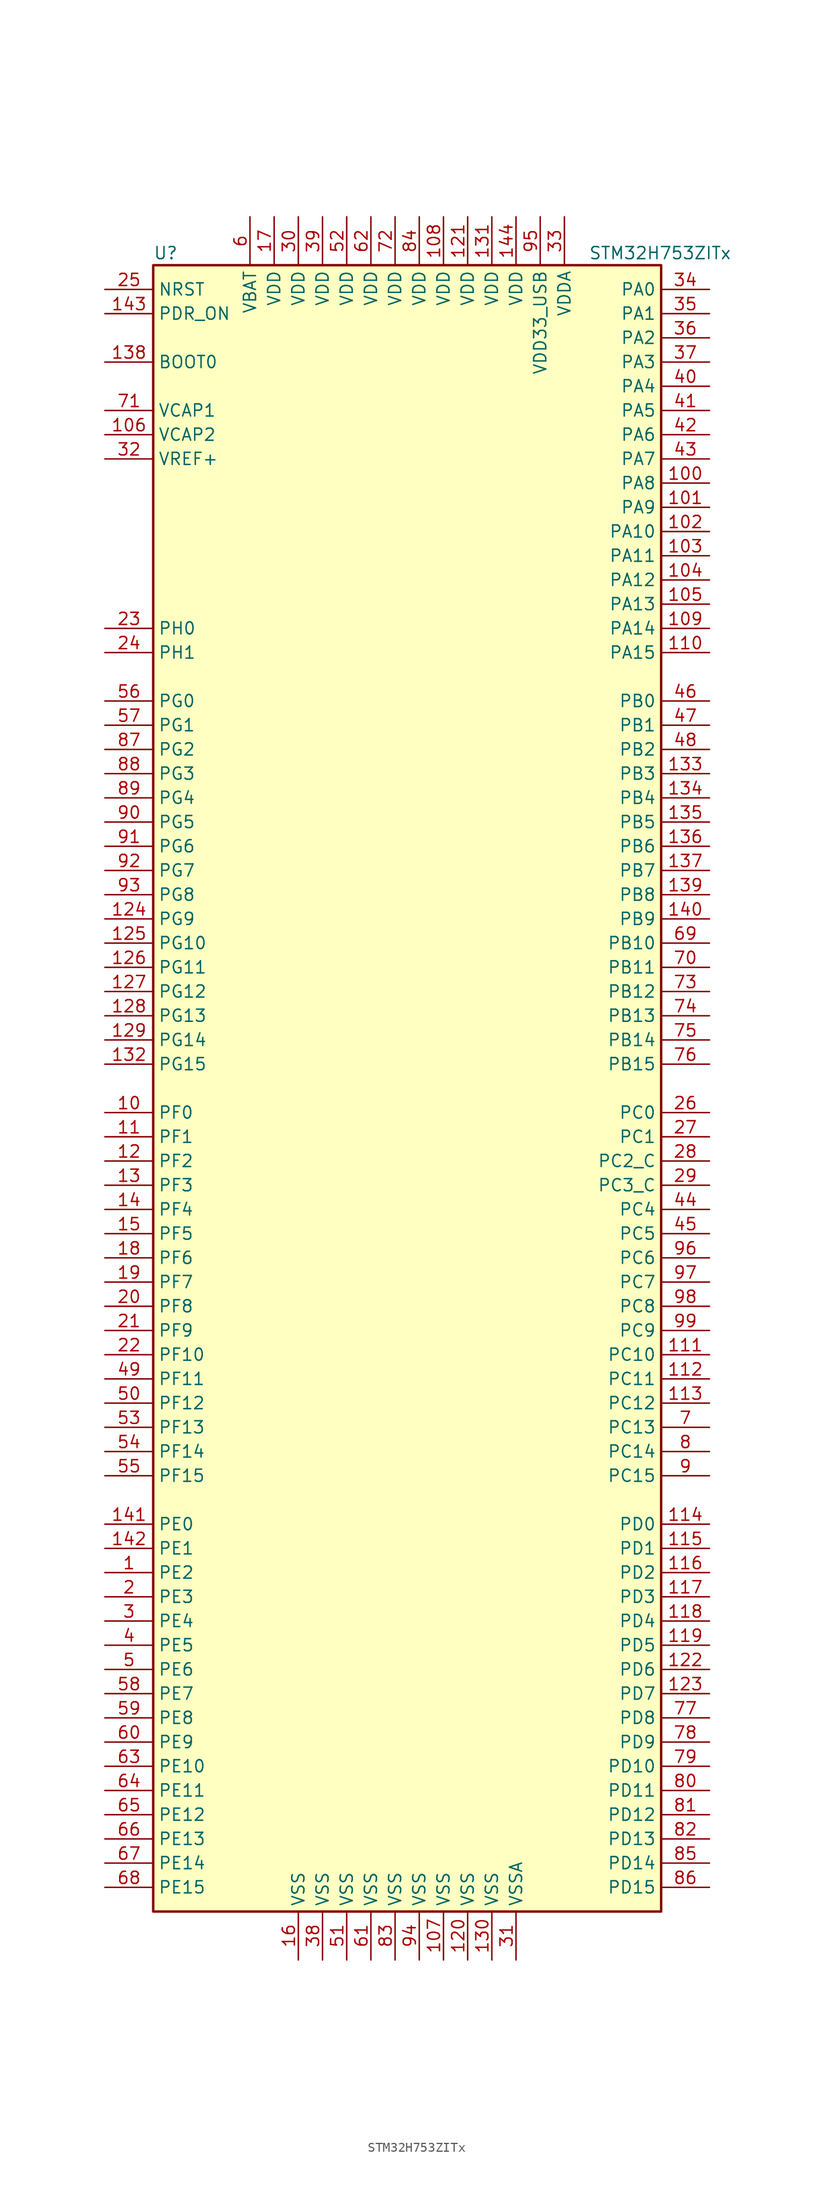
<source format=kicad_sym>
(kicad_symbol_lib
  (version 20211014)
  (generator kicad_symbol_editor)
  (symbol "STM32H753ZITx"
    (property "Reference" "U"
      (at -27.94 87.63 0)
      (effects (font (size 1.27 1.27)) (justify left)))
    (property "Value" "STM32H753ZITx"
      (at 17.78 87.63 0)
      (effects (font (size 1.27 1.27)) (justify left)))
    (symbol "STM32H753ZITx_0_1"
      (rectangle (start -27.94 -86.36) (end 25.4 86.36) (stroke (width 0.254) (type default) (color 0 0 0 0)) (fill (type background))))
    (symbol "STM32H753ZITx_1_1"
      (pin bidirectional line (at -33.02 -50.8 0) (length 5.08) (name "PE2" (effects (font (size 1.27 1.27)))) (number "1" (effects (font (size 1.27 1.27)))))
      (pin bidirectional line (at -33.02 -2.54 0) (length 5.08) (name "PF0" (effects (font (size 1.27 1.27)))) (number "10" (effects (font (size 1.27 1.27)))))
      (pin bidirectional line (at 30.48 63.5 180) (length 5.08) (name "PA8" (effects (font (size 1.27 1.27)))) (number "100" (effects (font (size 1.27 1.27)))))
      (pin bidirectional line (at 30.48 60.96 180) (length 5.08) (name "PA9" (effects (font (size 1.27 1.27)))) (number "101" (effects (font (size 1.27 1.27)))))
      (pin bidirectional line (at 30.48 58.42 180) (length 5.08) (name "PA10" (effects (font (size 1.27 1.27)))) (number "102" (effects (font (size 1.27 1.27)))))
      (pin bidirectional line (at 30.48 55.88 180) (length 5.08) (name "PA11" (effects (font (size 1.27 1.27)))) (number "103" (effects (font (size 1.27 1.27)))))
      (pin bidirectional line (at 30.48 53.34 180) (length 5.08) (name "PA12" (effects (font (size 1.27 1.27)))) (number "104" (effects (font (size 1.27 1.27)))))
      (pin bidirectional line (at 30.48 50.8 180) (length 5.08) (name "PA13" (effects (font (size 1.27 1.27)))) (number "105" (effects (font (size 1.27 1.27)))))
      (pin power_in line (at -33.02 68.58 0) (length 5.08) (name "VCAP2" (effects (font (size 1.27 1.27)))) (number "106" (effects (font (size 1.27 1.27)))))
      (pin power_in line (at 2.54 -91.44 90) (length 5.08) (name "VSS" (effects (font (size 1.27 1.27)))) (number "107" (effects (font (size 1.27 1.27)))))
      (pin power_in line (at 2.54 91.44 270) (length 5.08) (name "VDD" (effects (font (size 1.27 1.27)))) (number "108" (effects (font (size 1.27 1.27)))))
      (pin bidirectional line (at 30.48 48.26 180) (length 5.08) (name "PA14" (effects (font (size 1.27 1.27)))) (number "109" (effects (font (size 1.27 1.27)))))
      (pin bidirectional line (at -33.02 -5.08 0) (length 5.08) (name "PF1" (effects (font (size 1.27 1.27)))) (number "11" (effects (font (size 1.27 1.27)))))
      (pin bidirectional line (at 30.48 45.72 180) (length 5.08) (name "PA15" (effects (font (size 1.27 1.27)))) (number "110" (effects (font (size 1.27 1.27)))))
      (pin bidirectional line (at 30.48 -27.94 180) (length 5.08) (name "PC10" (effects (font (size 1.27 1.27)))) (number "111" (effects (font (size 1.27 1.27)))))
      (pin bidirectional line (at 30.48 -30.48 180) (length 5.08) (name "PC11" (effects (font (size 1.27 1.27)))) (number "112" (effects (font (size 1.27 1.27)))))
      (pin bidirectional line (at 30.48 -33.02 180) (length 5.08) (name "PC12" (effects (font (size 1.27 1.27)))) (number "113" (effects (font (size 1.27 1.27)))))
      (pin bidirectional line (at 30.48 -45.72 180) (length 5.08) (name "PD0" (effects (font (size 1.27 1.27)))) (number "114" (effects (font (size 1.27 1.27)))))
      (pin bidirectional line (at 30.48 -48.26 180) (length 5.08) (name "PD1" (effects (font (size 1.27 1.27)))) (number "115" (effects (font (size 1.27 1.27)))))
      (pin bidirectional line (at 30.48 -50.8 180) (length 5.08) (name "PD2" (effects (font (size 1.27 1.27)))) (number "116" (effects (font (size 1.27 1.27)))))
      (pin bidirectional line (at 30.48 -53.34 180) (length 5.08) (name "PD3" (effects (font (size 1.27 1.27)))) (number "117" (effects (font (size 1.27 1.27)))))
      (pin bidirectional line (at 30.48 -55.88 180) (length 5.08) (name "PD4" (effects (font (size 1.27 1.27)))) (number "118" (effects (font (size 1.27 1.27)))))
      (pin bidirectional line (at 30.48 -58.42 180) (length 5.08) (name "PD5" (effects (font (size 1.27 1.27)))) (number "119" (effects (font (size 1.27 1.27)))))
      (pin bidirectional line (at -33.02 -7.62 0) (length 5.08) (name "PF2" (effects (font (size 1.27 1.27)))) (number "12" (effects (font (size 1.27 1.27)))))
      (pin power_in line (at 5.08 -91.44 90) (length 5.08) (name "VSS" (effects (font (size 1.27 1.27)))) (number "120" (effects (font (size 1.27 1.27)))))
      (pin power_in line (at 5.08 91.44 270) (length 5.08) (name "VDD" (effects (font (size 1.27 1.27)))) (number "121" (effects (font (size 1.27 1.27)))))
      (pin bidirectional line (at 30.48 -60.96 180) (length 5.08) (name "PD6" (effects (font (size 1.27 1.27)))) (number "122" (effects (font (size 1.27 1.27)))))
      (pin bidirectional line (at 30.48 -63.5 180) (length 5.08) (name "PD7" (effects (font (size 1.27 1.27)))) (number "123" (effects (font (size 1.27 1.27)))))
      (pin bidirectional line (at -33.02 17.78 0) (length 5.08) (name "PG9" (effects (font (size 1.27 1.27)))) (number "124" (effects (font (size 1.27 1.27)))))
      (pin bidirectional line (at -33.02 15.24 0) (length 5.08) (name "PG10" (effects (font (size 1.27 1.27)))) (number "125" (effects (font (size 1.27 1.27)))))
      (pin bidirectional line (at -33.02 12.7 0) (length 5.08) (name "PG11" (effects (font (size 1.27 1.27)))) (number "126" (effects (font (size 1.27 1.27)))))
      (pin bidirectional line (at -33.02 10.16 0) (length 5.08) (name "PG12" (effects (font (size 1.27 1.27)))) (number "127" (effects (font (size 1.27 1.27)))))
      (pin bidirectional line (at -33.02 7.62 0) (length 5.08) (name "PG13" (effects (font (size 1.27 1.27)))) (number "128" (effects (font (size 1.27 1.27)))))
      (pin bidirectional line (at -33.02 5.08 0) (length 5.08) (name "PG14" (effects (font (size 1.27 1.27)))) (number "129" (effects (font (size 1.27 1.27)))))
      (pin bidirectional line (at -33.02 -10.16 0) (length 5.08) (name "PF3" (effects (font (size 1.27 1.27)))) (number "13" (effects (font (size 1.27 1.27)))))
      (pin power_in line (at 7.62 -91.44 90) (length 5.08) (name "VSS" (effects (font (size 1.27 1.27)))) (number "130" (effects (font (size 1.27 1.27)))))
      (pin power_in line (at 7.62 91.44 270) (length 5.08) (name "VDD" (effects (font (size 1.27 1.27)))) (number "131" (effects (font (size 1.27 1.27)))))
      (pin bidirectional line (at -33.02 2.54 0) (length 5.08) (name "PG15" (effects (font (size 1.27 1.27)))) (number "132" (effects (font (size 1.27 1.27)))))
      (pin bidirectional line (at 30.48 33.02 180) (length 5.08) (name "PB3" (effects (font (size 1.27 1.27)))) (number "133" (effects (font (size 1.27 1.27)))))
      (pin bidirectional line (at 30.48 30.48 180) (length 5.08) (name "PB4" (effects (font (size 1.27 1.27)))) (number "134" (effects (font (size 1.27 1.27)))))
      (pin bidirectional line (at 30.48 27.94 180) (length 5.08) (name "PB5" (effects (font (size 1.27 1.27)))) (number "135" (effects (font (size 1.27 1.27)))))
      (pin bidirectional line (at 30.48 25.4 180) (length 5.08) (name "PB6" (effects (font (size 1.27 1.27)))) (number "136" (effects (font (size 1.27 1.27)))))
      (pin bidirectional line (at 30.48 22.86 180) (length 5.08) (name "PB7" (effects (font (size 1.27 1.27)))) (number "137" (effects (font (size 1.27 1.27)))))
      (pin input line (at -33.02 76.2 0) (length 5.08) (name "BOOT0" (effects (font (size 1.27 1.27)))) (number "138" (effects (font (size 1.27 1.27)))))
      (pin bidirectional line (at 30.48 20.32 180) (length 5.08) (name "PB8" (effects (font (size 1.27 1.27)))) (number "139" (effects (font (size 1.27 1.27)))))
      (pin bidirectional line (at -33.02 -12.7 0) (length 5.08) (name "PF4" (effects (font (size 1.27 1.27)))) (number "14" (effects (font (size 1.27 1.27)))))
      (pin bidirectional line (at 30.48 17.78 180) (length 5.08) (name "PB9" (effects (font (size 1.27 1.27)))) (number "140" (effects (font (size 1.27 1.27)))))
      (pin bidirectional line (at -33.02 -45.72 0) (length 5.08) (name "PE0" (effects (font (size 1.27 1.27)))) (number "141" (effects (font (size 1.27 1.27)))))
      (pin bidirectional line (at -33.02 -48.26 0) (length 5.08) (name "PE1" (effects (font (size 1.27 1.27)))) (number "142" (effects (font (size 1.27 1.27)))))
      (pin input line (at -33.02 81.28 0) (length 5.08) (name "PDR_ON" (effects (font (size 1.27 1.27)))) (number "143" (effects (font (size 1.27 1.27)))))
      (pin power_in line (at 10.16 91.44 270) (length 5.08) (name "VDD" (effects (font (size 1.27 1.27)))) (number "144" (effects (font (size 1.27 1.27)))))
      (pin bidirectional line (at -33.02 -15.24 0) (length 5.08) (name "PF5" (effects (font (size 1.27 1.27)))) (number "15" (effects (font (size 1.27 1.27)))))
      (pin power_in line (at -12.7 -91.44 90) (length 5.08) (name "VSS" (effects (font (size 1.27 1.27)))) (number "16" (effects (font (size 1.27 1.27)))))
      (pin power_in line (at -15.24 91.44 270) (length 5.08) (name "VDD" (effects (font (size 1.27 1.27)))) (number "17" (effects (font (size 1.27 1.27)))))
      (pin bidirectional line (at -33.02 -17.78 0) (length 5.08) (name "PF6" (effects (font (size 1.27 1.27)))) (number "18" (effects (font (size 1.27 1.27)))))
      (pin bidirectional line (at -33.02 -20.32 0) (length 5.08) (name "PF7" (effects (font (size 1.27 1.27)))) (number "19" (effects (font (size 1.27 1.27)))))
      (pin bidirectional line (at -33.02 -53.34 0) (length 5.08) (name "PE3" (effects (font (size 1.27 1.27)))) (number "2" (effects (font (size 1.27 1.27)))))
      (pin bidirectional line (at -33.02 -22.86 0) (length 5.08) (name "PF8" (effects (font (size 1.27 1.27)))) (number "20" (effects (font (size 1.27 1.27)))))
      (pin bidirectional line (at -33.02 -25.4 0) (length 5.08) (name "PF9" (effects (font (size 1.27 1.27)))) (number "21" (effects (font (size 1.27 1.27)))))
      (pin bidirectional line (at -33.02 -27.94 0) (length 5.08) (name "PF10" (effects (font (size 1.27 1.27)))) (number "22" (effects (font (size 1.27 1.27)))))
      (pin input line (at -33.02 48.26 0) (length 5.08) (name "PH0" (effects (font (size 1.27 1.27)))) (number "23" (effects (font (size 1.27 1.27)))))
      (pin input line (at -33.02 45.72 0) (length 5.08) (name "PH1" (effects (font (size 1.27 1.27)))) (number "24" (effects (font (size 1.27 1.27)))))
      (pin input line (at -33.02 83.82 0) (length 5.08) (name "NRST" (effects (font (size 1.27 1.27)))) (number "25" (effects (font (size 1.27 1.27)))))
      (pin bidirectional line (at 30.48 -2.54 180) (length 5.08) (name "PC0" (effects (font (size 1.27 1.27)))) (number "26" (effects (font (size 1.27 1.27)))))
      (pin bidirectional line (at 30.48 -5.08 180) (length 5.08) (name "PC1" (effects (font (size 1.27 1.27)))) (number "27" (effects (font (size 1.27 1.27)))))
      (pin bidirectional line (at 30.48 -7.62 180) (length 5.08) (name "PC2_C" (effects (font (size 1.27 1.27)))) (number "28" (effects (font (size 1.27 1.27)))))
      (pin bidirectional line (at 30.48 -10.16 180) (length 5.08) (name "PC3_C" (effects (font (size 1.27 1.27)))) (number "29" (effects (font (size 1.27 1.27)))))
      (pin bidirectional line (at -33.02 -55.88 0) (length 5.08) (name "PE4" (effects (font (size 1.27 1.27)))) (number "3" (effects (font (size 1.27 1.27)))))
      (pin power_in line (at -12.7 91.44 270) (length 5.08) (name "VDD" (effects (font (size 1.27 1.27)))) (number "30" (effects (font (size 1.27 1.27)))))
      (pin power_in line (at 10.16 -91.44 90) (length 5.08) (name "VSSA" (effects (font (size 1.27 1.27)))) (number "31" (effects (font (size 1.27 1.27)))))
      (pin bidirectional line (at -33.02 66.04 0) (length 5.08) (name "VREF+" (effects (font (size 1.27 1.27)))) (number "32" (effects (font (size 1.27 1.27)))))
      (pin power_in line (at 15.24 91.44 270) (length 5.08) (name "VDDA" (effects (font (size 1.27 1.27)))) (number "33" (effects (font (size 1.27 1.27)))))
      (pin bidirectional line (at 30.48 83.82 180) (length 5.08) (name "PA0" (effects (font (size 1.27 1.27)))) (number "34" (effects (font (size 1.27 1.27)))))
      (pin bidirectional line (at 30.48 81.28 180) (length 5.08) (name "PA1" (effects (font (size 1.27 1.27)))) (number "35" (effects (font (size 1.27 1.27)))))
      (pin bidirectional line (at 30.48 78.74 180) (length 5.08) (name "PA2" (effects (font (size 1.27 1.27)))) (number "36" (effects (font (size 1.27 1.27)))))
      (pin bidirectional line (at 30.48 76.2 180) (length 5.08) (name "PA3" (effects (font (size 1.27 1.27)))) (number "37" (effects (font (size 1.27 1.27)))))
      (pin power_in line (at -10.16 -91.44 90) (length 5.08) (name "VSS" (effects (font (size 1.27 1.27)))) (number "38" (effects (font (size 1.27 1.27)))))
      (pin power_in line (at -10.16 91.44 270) (length 5.08) (name "VDD" (effects (font (size 1.27 1.27)))) (number "39" (effects (font (size 1.27 1.27)))))
      (pin bidirectional line (at -33.02 -58.42 0) (length 5.08) (name "PE5" (effects (font (size 1.27 1.27)))) (number "4" (effects (font (size 1.27 1.27)))))
      (pin bidirectional line (at 30.48 73.66 180) (length 5.08) (name "PA4" (effects (font (size 1.27 1.27)))) (number "40" (effects (font (size 1.27 1.27)))))
      (pin bidirectional line (at 30.48 71.12 180) (length 5.08) (name "PA5" (effects (font (size 1.27 1.27)))) (number "41" (effects (font (size 1.27 1.27)))))
      (pin bidirectional line (at 30.48 68.58 180) (length 5.08) (name "PA6" (effects (font (size 1.27 1.27)))) (number "42" (effects (font (size 1.27 1.27)))))
      (pin bidirectional line (at 30.48 66.04 180) (length 5.08) (name "PA7" (effects (font (size 1.27 1.27)))) (number "43" (effects (font (size 1.27 1.27)))))
      (pin bidirectional line (at 30.48 -12.7 180) (length 5.08) (name "PC4" (effects (font (size 1.27 1.27)))) (number "44" (effects (font (size 1.27 1.27)))))
      (pin bidirectional line (at 30.48 -15.24 180) (length 5.08) (name "PC5" (effects (font (size 1.27 1.27)))) (number "45" (effects (font (size 1.27 1.27)))))
      (pin bidirectional line (at 30.48 40.64 180) (length 5.08) (name "PB0" (effects (font (size 1.27 1.27)))) (number "46" (effects (font (size 1.27 1.27)))))
      (pin bidirectional line (at 30.48 38.1 180) (length 5.08) (name "PB1" (effects (font (size 1.27 1.27)))) (number "47" (effects (font (size 1.27 1.27)))))
      (pin bidirectional line (at 30.48 35.56 180) (length 5.08) (name "PB2" (effects (font (size 1.27 1.27)))) (number "48" (effects (font (size 1.27 1.27)))))
      (pin bidirectional line (at -33.02 -30.48 0) (length 5.08) (name "PF11" (effects (font (size 1.27 1.27)))) (number "49" (effects (font (size 1.27 1.27)))))
      (pin bidirectional line (at -33.02 -60.96 0) (length 5.08) (name "PE6" (effects (font (size 1.27 1.27)))) (number "5" (effects (font (size 1.27 1.27)))))
      (pin bidirectional line (at -33.02 -33.02 0) (length 5.08) (name "PF12" (effects (font (size 1.27 1.27)))) (number "50" (effects (font (size 1.27 1.27)))))
      (pin power_in line (at -7.62 -91.44 90) (length 5.08) (name "VSS" (effects (font (size 1.27 1.27)))) (number "51" (effects (font (size 1.27 1.27)))))
      (pin power_in line (at -7.62 91.44 270) (length 5.08) (name "VDD" (effects (font (size 1.27 1.27)))) (number "52" (effects (font (size 1.27 1.27)))))
      (pin bidirectional line (at -33.02 -35.56 0) (length 5.08) (name "PF13" (effects (font (size 1.27 1.27)))) (number "53" (effects (font (size 1.27 1.27)))))
      (pin bidirectional line (at -33.02 -38.1 0) (length 5.08) (name "PF14" (effects (font (size 1.27 1.27)))) (number "54" (effects (font (size 1.27 1.27)))))
      (pin bidirectional line (at -33.02 -40.64 0) (length 5.08) (name "PF15" (effects (font (size 1.27 1.27)))) (number "55" (effects (font (size 1.27 1.27)))))
      (pin bidirectional line (at -33.02 40.64 0) (length 5.08) (name "PG0" (effects (font (size 1.27 1.27)))) (number "56" (effects (font (size 1.27 1.27)))))
      (pin bidirectional line (at -33.02 38.1 0) (length 5.08) (name "PG1" (effects (font (size 1.27 1.27)))) (number "57" (effects (font (size 1.27 1.27)))))
      (pin bidirectional line (at -33.02 -63.5 0) (length 5.08) (name "PE7" (effects (font (size 1.27 1.27)))) (number "58" (effects (font (size 1.27 1.27)))))
      (pin bidirectional line (at -33.02 -66.04 0) (length 5.08) (name "PE8" (effects (font (size 1.27 1.27)))) (number "59" (effects (font (size 1.27 1.27)))))
      (pin power_in line (at -17.78 91.44 270) (length 5.08) (name "VBAT" (effects (font (size 1.27 1.27)))) (number "6" (effects (font (size 1.27 1.27)))))
      (pin bidirectional line (at -33.02 -68.58 0) (length 5.08) (name "PE9" (effects (font (size 1.27 1.27)))) (number "60" (effects (font (size 1.27 1.27)))))
      (pin power_in line (at -5.08 -91.44 90) (length 5.08) (name "VSS" (effects (font (size 1.27 1.27)))) (number "61" (effects (font (size 1.27 1.27)))))
      (pin power_in line (at -5.08 91.44 270) (length 5.08) (name "VDD" (effects (font (size 1.27 1.27)))) (number "62" (effects (font (size 1.27 1.27)))))
      (pin bidirectional line (at -33.02 -71.12 0) (length 5.08) (name "PE10" (effects (font (size 1.27 1.27)))) (number "63" (effects (font (size 1.27 1.27)))))
      (pin bidirectional line (at -33.02 -73.66 0) (length 5.08) (name "PE11" (effects (font (size 1.27 1.27)))) (number "64" (effects (font (size 1.27 1.27)))))
      (pin bidirectional line (at -33.02 -76.2 0) (length 5.08) (name "PE12" (effects (font (size 1.27 1.27)))) (number "65" (effects (font (size 1.27 1.27)))))
      (pin bidirectional line (at -33.02 -78.74 0) (length 5.08) (name "PE13" (effects (font (size 1.27 1.27)))) (number "66" (effects (font (size 1.27 1.27)))))
      (pin bidirectional line (at -33.02 -81.28 0) (length 5.08) (name "PE14" (effects (font (size 1.27 1.27)))) (number "67" (effects (font (size 1.27 1.27)))))
      (pin bidirectional line (at -33.02 -83.82 0) (length 5.08) (name "PE15" (effects (font (size 1.27 1.27)))) (number "68" (effects (font (size 1.27 1.27)))))
      (pin bidirectional line (at 30.48 15.24 180) (length 5.08) (name "PB10" (effects (font (size 1.27 1.27)))) (number "69" (effects (font (size 1.27 1.27)))))
      (pin bidirectional line (at 30.48 -35.56 180) (length 5.08) (name "PC13" (effects (font (size 1.27 1.27)))) (number "7" (effects (font (size 1.27 1.27)))))
      (pin bidirectional line (at 30.48 12.7 180) (length 5.08) (name "PB11" (effects (font (size 1.27 1.27)))) (number "70" (effects (font (size 1.27 1.27)))))
      (pin power_in line (at -33.02 71.12 0) (length 5.08) (name "VCAP1" (effects (font (size 1.27 1.27)))) (number "71" (effects (font (size 1.27 1.27)))))
      (pin power_in line (at -2.54 91.44 270) (length 5.08) (name "VDD" (effects (font (size 1.27 1.27)))) (number "72" (effects (font (size 1.27 1.27)))))
      (pin bidirectional line (at 30.48 10.16 180) (length 5.08) (name "PB12" (effects (font (size 1.27 1.27)))) (number "73" (effects (font (size 1.27 1.27)))))
      (pin bidirectional line (at 30.48 7.62 180) (length 5.08) (name "PB13" (effects (font (size 1.27 1.27)))) (number "74" (effects (font (size 1.27 1.27)))))
      (pin bidirectional line (at 30.48 5.08 180) (length 5.08) (name "PB14" (effects (font (size 1.27 1.27)))) (number "75" (effects (font (size 1.27 1.27)))))
      (pin bidirectional line (at 30.48 2.54 180) (length 5.08) (name "PB15" (effects (font (size 1.27 1.27)))) (number "76" (effects (font (size 1.27 1.27)))))
      (pin bidirectional line (at 30.48 -66.04 180) (length 5.08) (name "PD8" (effects (font (size 1.27 1.27)))) (number "77" (effects (font (size 1.27 1.27)))))
      (pin bidirectional line (at 30.48 -68.58 180) (length 5.08) (name "PD9" (effects (font (size 1.27 1.27)))) (number "78" (effects (font (size 1.27 1.27)))))
      (pin bidirectional line (at 30.48 -71.12 180) (length 5.08) (name "PD10" (effects (font (size 1.27 1.27)))) (number "79" (effects (font (size 1.27 1.27)))))
      (pin bidirectional line (at 30.48 -38.1 180) (length 5.08) (name "PC14" (effects (font (size 1.27 1.27)))) (number "8" (effects (font (size 1.27 1.27)))))
      (pin bidirectional line (at 30.48 -73.66 180) (length 5.08) (name "PD11" (effects (font (size 1.27 1.27)))) (number "80" (effects (font (size 1.27 1.27)))))
      (pin bidirectional line (at 30.48 -76.2 180) (length 5.08) (name "PD12" (effects (font (size 1.27 1.27)))) (number "81" (effects (font (size 1.27 1.27)))))
      (pin bidirectional line (at 30.48 -78.74 180) (length 5.08) (name "PD13" (effects (font (size 1.27 1.27)))) (number "82" (effects (font (size 1.27 1.27)))))
      (pin power_in line (at -2.54 -91.44 90) (length 5.08) (name "VSS" (effects (font (size 1.27 1.27)))) (number "83" (effects (font (size 1.27 1.27)))))
      (pin power_in line (at 0 91.44 270) (length 5.08) (name "VDD" (effects (font (size 1.27 1.27)))) (number "84" (effects (font (size 1.27 1.27)))))
      (pin bidirectional line (at 30.48 -81.28 180) (length 5.08) (name "PD14" (effects (font (size 1.27 1.27)))) (number "85" (effects (font (size 1.27 1.27)))))
      (pin bidirectional line (at 30.48 -83.82 180) (length 5.08) (name "PD15" (effects (font (size 1.27 1.27)))) (number "86" (effects (font (size 1.27 1.27)))))
      (pin bidirectional line (at -33.02 35.56 0) (length 5.08) (name "PG2" (effects (font (size 1.27 1.27)))) (number "87" (effects (font (size 1.27 1.27)))))
      (pin bidirectional line (at -33.02 33.02 0) (length 5.08) (name "PG3" (effects (font (size 1.27 1.27)))) (number "88" (effects (font (size 1.27 1.27)))))
      (pin bidirectional line (at -33.02 30.48 0) (length 5.08) (name "PG4" (effects (font (size 1.27 1.27)))) (number "89" (effects (font (size 1.27 1.27)))))
      (pin bidirectional line (at 30.48 -40.64 180) (length 5.08) (name "PC15" (effects (font (size 1.27 1.27)))) (number "9" (effects (font (size 1.27 1.27)))))
      (pin bidirectional line (at -33.02 27.94 0) (length 5.08) (name "PG5" (effects (font (size 1.27 1.27)))) (number "90" (effects (font (size 1.27 1.27)))))
      (pin bidirectional line (at -33.02 25.4 0) (length 5.08) (name "PG6" (effects (font (size 1.27 1.27)))) (number "91" (effects (font (size 1.27 1.27)))))
      (pin bidirectional line (at -33.02 22.86 0) (length 5.08) (name "PG7" (effects (font (size 1.27 1.27)))) (number "92" (effects (font (size 1.27 1.27)))))
      (pin bidirectional line (at -33.02 20.32 0) (length 5.08) (name "PG8" (effects (font (size 1.27 1.27)))) (number "93" (effects (font (size 1.27 1.27)))))
      (pin power_in line (at 0 -91.44 90) (length 5.08) (name "VSS" (effects (font (size 1.27 1.27)))) (number "94" (effects (font (size 1.27 1.27)))))
      (pin power_in line (at 12.7 91.44 270) (length 5.08) (name "VDD33_USB" (effects (font (size 1.27 1.27)))) (number "95" (effects (font (size 1.27 1.27)))))
      (pin bidirectional line (at 30.48 -17.78 180) (length 5.08) (name "PC6" (effects (font (size 1.27 1.27)))) (number "96" (effects (font (size 1.27 1.27)))))
      (pin bidirectional line (at 30.48 -20.32 180) (length 5.08) (name "PC7" (effects (font (size 1.27 1.27)))) (number "97" (effects (font (size 1.27 1.27)))))
      (pin bidirectional line (at 30.48 -22.86 180) (length 5.08) (name "PC8" (effects (font (size 1.27 1.27)))) (number "98" (effects (font (size 1.27 1.27)))))
      (pin bidirectional line (at 30.48 -25.4 180) (length 5.08) (name "PC9" (effects (font (size 1.27 1.27)))) (number "99" (effects (font (size 1.27 1.27))))))))
</source>
